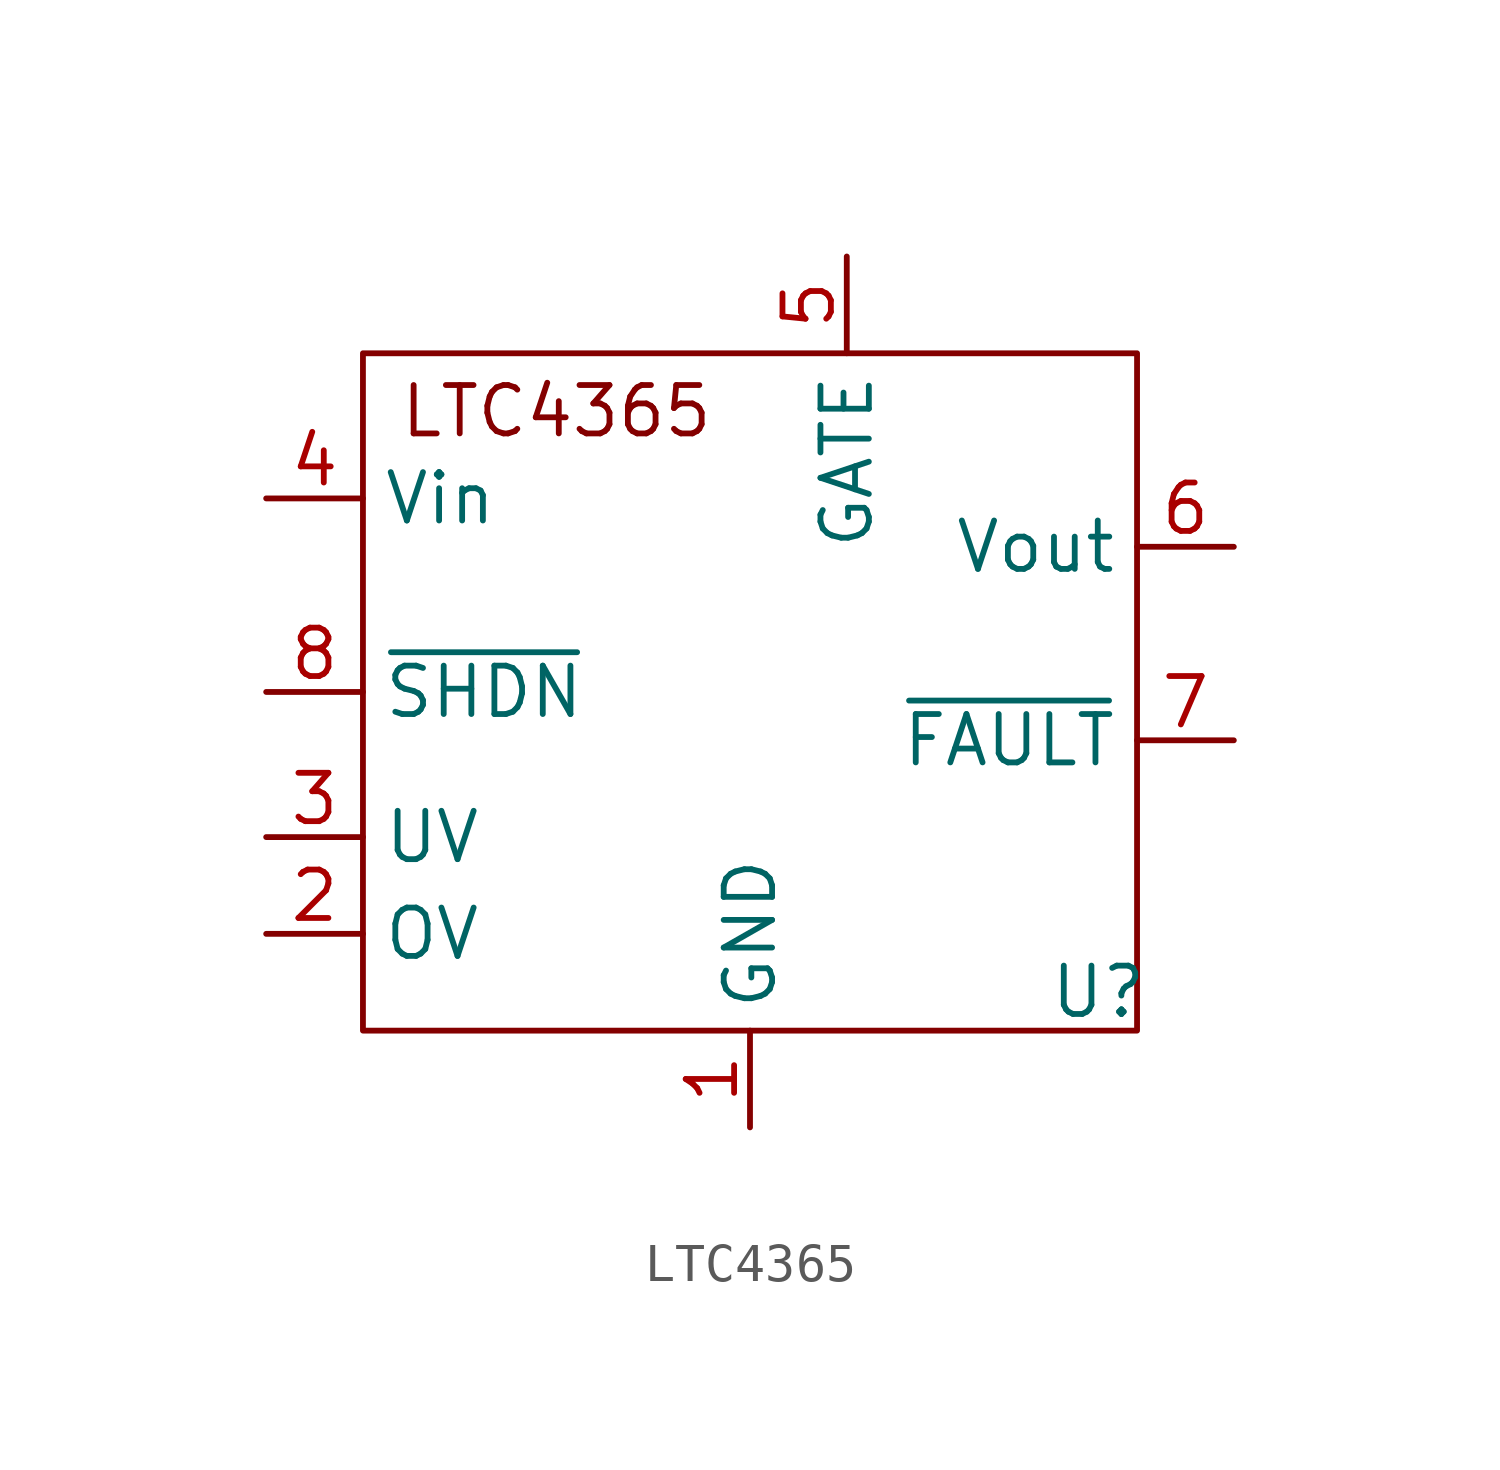
<source format=kicad_sym>
(kicad_symbol_lib
  (version 20241209)
  (generator "kicad_symbol_editor")
  (generator_version "9.0")
  (symbol "LTC4365"
    (property "Reference" "U"
      (at 7.874 -7.874 0)
      (effects (font (size 1.27 1.27))))
    (property "Value" ""
      (at 0 0 0)
      (effects (font (size 1.27 1.27))))
    (symbol "LTC4365_0_1"
      (rectangle (start -11.43 8.89) (end 8.89 -8.89) (stroke (width 0) (type default)) (fill (type none))))
    (symbol "LTC4365_1_1"
      (text "LTC4365\n" (at -6.35 7.366 0) (effects (font (size 1.27 1.27))))
      (pin power_in line (at -13.97 5.08 0) (length 2.54) (name "Vin" (effects (font (size 1.27 1.27)))) (number "4" (effects (font (size 1.27 1.27)))))
      (pin input line (at -13.97 0 0) (length 2.54) (name "~{SHDN}" (effects (font (size 1.27 1.27)))) (number "8" (effects (font (size 1.27 1.27)))))
      (pin input line (at -13.97 -3.81 0) (length 2.54) (name "UV" (effects (font (size 1.27 1.27)))) (number "3" (effects (font (size 1.27 1.27)))))
      (pin input line (at -13.97 -6.35 0) (length 2.54) (name "OV" (effects (font (size 1.27 1.27)))) (number "2" (effects (font (size 1.27 1.27)))))
      (pin power_in line (at -1.27 -11.43 90) (length 2.54) (name "GND" (effects (font (size 1.27 1.27)))) (number "1" (effects (font (size 1.27 1.27)))))
      (pin output line (at 1.27 11.43 270) (length 2.54) (name "GATE" (effects (font (size 1.27 1.27)))) (number "5" (effects (font (size 1.27 1.27)))))
      (pin power_out line (at 11.43 3.81 180) (length 2.54) (name "Vout" (effects (font (size 1.27 1.27)))) (number "6" (effects (font (size 1.27 1.27)))))
      (pin output line (at 11.43 -1.27 180) (length 2.54) (name "~{FAULT}" (effects (font (size 1.27 1.27)))) (number "7" (effects (font (size 1.27 1.27))))))))
</source>
